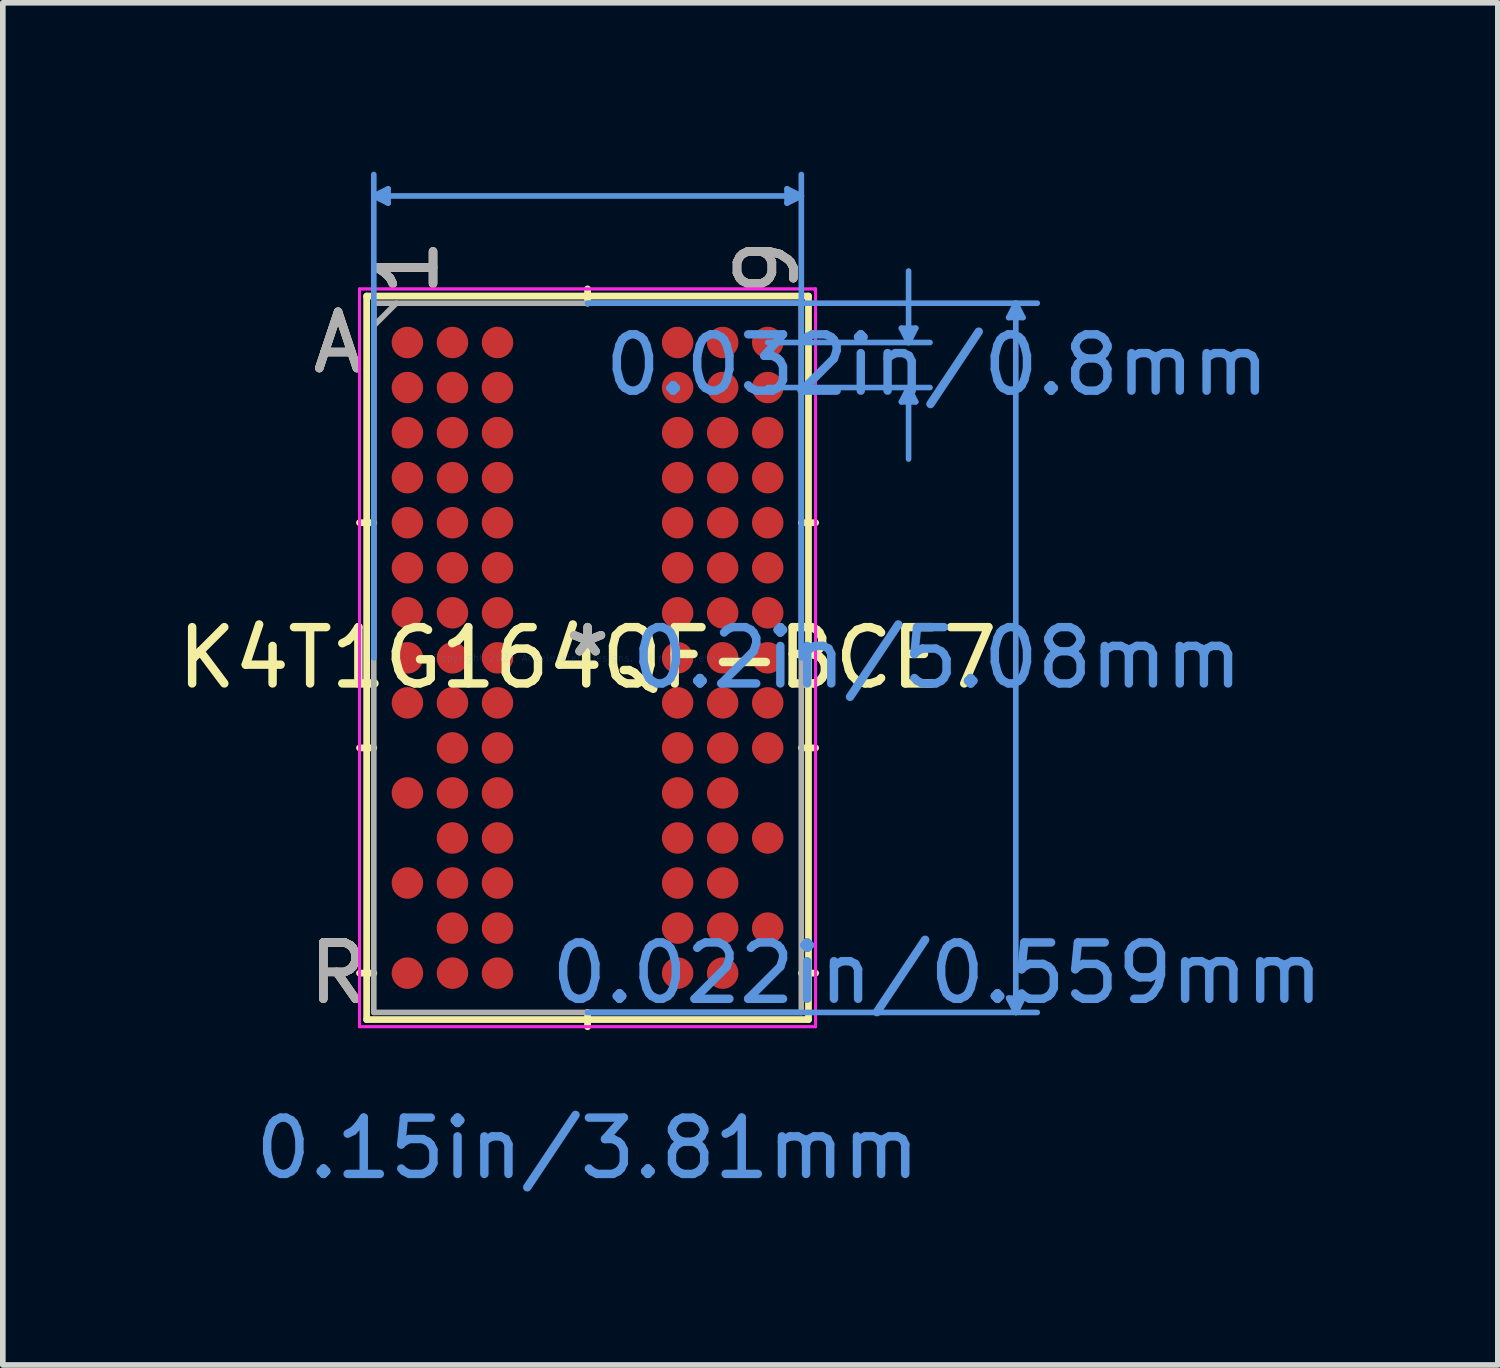
<source format=kicad_pcb>
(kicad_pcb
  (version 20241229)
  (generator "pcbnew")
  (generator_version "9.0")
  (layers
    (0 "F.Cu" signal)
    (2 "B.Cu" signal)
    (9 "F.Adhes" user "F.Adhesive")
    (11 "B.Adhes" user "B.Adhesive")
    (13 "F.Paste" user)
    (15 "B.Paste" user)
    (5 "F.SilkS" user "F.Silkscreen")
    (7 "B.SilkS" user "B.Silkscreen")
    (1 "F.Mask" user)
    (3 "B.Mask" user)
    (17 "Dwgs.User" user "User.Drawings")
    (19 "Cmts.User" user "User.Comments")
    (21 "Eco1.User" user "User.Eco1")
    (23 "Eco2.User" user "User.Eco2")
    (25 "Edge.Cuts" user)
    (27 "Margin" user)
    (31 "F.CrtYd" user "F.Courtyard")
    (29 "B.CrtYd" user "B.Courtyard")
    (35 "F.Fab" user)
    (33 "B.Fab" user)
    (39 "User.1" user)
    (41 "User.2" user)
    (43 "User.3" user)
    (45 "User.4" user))
  (footprint "K4T1G164QF-BCE7"
    (layer "F.Cu")
    (at 7.387 8.635)
    (property "Reference" "K4T1G164QF-BCE7" (at 0 0 0) (layer "F.SilkS") (effects (font (size 1 1) (thickness 0.15))))
    (attr through_hole)
    (fp_line (start -3.924 -6.426) (end -3.924 6.426) (stroke (width 0.12) (type solid)) (layer "F.SilkS"))
    (fp_line (start -3.924 6.426) (end 3.924 6.426) (stroke (width 0.12) (type solid)) (layer "F.SilkS"))
    (fp_line (start -3.797 -2.4) (end -4.051 -2.4) (stroke (width 0.12) (type solid)) (layer "F.SilkS"))
    (fp_line (start -3.797 1.6) (end -4.051 1.6) (stroke (width 0.12) (type solid)) (layer "F.SilkS"))
    (fp_line (start -3.797 5.601) (end -4.051 5.601) (stroke (width 0.12) (type solid)) (layer "F.SilkS"))
    (fp_line (start 0 -6.299) (end 0 -6.553) (stroke (width 0.12) (type solid)) (layer "F.SilkS"))
    (fp_line (start 0 6.299) (end 0 6.553) (stroke (width 0.12) (type solid)) (layer "F.SilkS"))
    (fp_line (start 3.797 -2.4) (end 4.051 -2.4) (stroke (width 0.12) (type solid)) (layer "F.SilkS"))
    (fp_line (start 3.797 1.6) (end 4.051 1.6) (stroke (width 0.12) (type solid)) (layer "F.SilkS"))
    (fp_line (start 3.797 5.601) (end 4.051 5.601) (stroke (width 0.12) (type solid)) (layer "F.SilkS"))
    (fp_line (start 3.924 -6.426) (end -3.924 -6.426) (stroke (width 0.12) (type solid)) (layer "F.SilkS"))
    (fp_line (start 3.924 6.426) (end 3.924 -6.426) (stroke (width 0.12) (type solid)) (layer "F.SilkS"))
    (fp_line (start -3.797 -8.204) (end -3.543 -8.331) (stroke (width 0.1) (type solid)) (layer "Cmts.User"))
    (fp_line (start -3.797 -8.204) (end -3.543 -8.077) (stroke (width 0.1) (type solid)) (layer "Cmts.User"))
    (fp_line (start -3.797 -8.204) (end 3.797 -8.204) (stroke (width 0.1) (type solid)) (layer "Cmts.User"))
    (fp_line (start -3.797 0) (end -3.797 -8.585) (stroke (width 0.1) (type solid)) (layer "Cmts.User"))
    (fp_line (start -3.543 -8.331) (end -3.543 -8.077) (stroke (width 0.1) (type solid)) (layer "Cmts.User"))
    (fp_line (start 0 -6.299) (end 7.988 -6.299) (stroke (width 0.1) (type solid)) (layer "Cmts.User"))
    (fp_line (start 0 6.299) (end 7.988 6.299) (stroke (width 0.1) (type solid)) (layer "Cmts.User"))
    (fp_line (start 3.2 -5.601) (end 6.083 -5.601) (stroke (width 0.1) (type solid)) (layer "Cmts.User"))
    (fp_line (start 3.2 -4.801) (end 6.083 -4.801) (stroke (width 0.1) (type solid)) (layer "Cmts.User"))
    (fp_line (start 3.543 -8.331) (end 3.543 -8.077) (stroke (width 0.1) (type solid)) (layer "Cmts.User"))
    (fp_line (start 3.797 -8.204) (end 3.543 -8.331) (stroke (width 0.1) (type solid)) (layer "Cmts.User"))
    (fp_line (start 3.797 -8.204) (end 3.543 -8.077) (stroke (width 0.1) (type solid)) (layer "Cmts.User"))
    (fp_line (start 3.797 0) (end 3.797 -8.585) (stroke (width 0.1) (type solid)) (layer "Cmts.User"))
    (fp_line (start 5.575 -5.855) (end 5.829 -5.855) (stroke (width 0.1) (type solid)) (layer "Cmts.User"))
    (fp_line (start 5.575 -4.547) (end 5.829 -4.547) (stroke (width 0.1) (type solid)) (layer "Cmts.User"))
    (fp_line (start 5.702 -5.601) (end 5.575 -5.855) (stroke (width 0.1) (type solid)) (layer "Cmts.User"))
    (fp_line (start 5.702 -5.601) (end 5.702 -6.871) (stroke (width 0.1) (type solid)) (layer "Cmts.User"))
    (fp_line (start 5.702 -5.601) (end 5.829 -5.855) (stroke (width 0.1) (type solid)) (layer "Cmts.User"))
    (fp_line (start 5.702 -4.801) (end 5.575 -4.547) (stroke (width 0.1) (type solid)) (layer "Cmts.User"))
    (fp_line (start 5.702 -4.801) (end 5.702 -3.531) (stroke (width 0.1) (type solid)) (layer "Cmts.User"))
    (fp_line (start 5.702 -4.801) (end 5.829 -4.547) (stroke (width 0.1) (type solid)) (layer "Cmts.User"))
    (fp_line (start 7.48 -6.045) (end 7.734 -6.045) (stroke (width 0.1) (type solid)) (layer "Cmts.User"))
    (fp_line (start 7.48 6.045) (end 7.734 6.045) (stroke (width 0.1) (type solid)) (layer "Cmts.User"))
    (fp_line (start 7.607 -6.299) (end 7.48 -6.045) (stroke (width 0.1) (type solid)) (layer "Cmts.User"))
    (fp_line (start 7.607 -6.299) (end 7.607 6.299) (stroke (width 0.1) (type solid)) (layer "Cmts.User"))
    (fp_line (start 7.607 -6.299) (end 7.734 -6.045) (stroke (width 0.1) (type solid)) (layer "Cmts.User"))
    (fp_line (start 7.607 6.299) (end 7.48 6.045) (stroke (width 0.1) (type solid)) (layer "Cmts.User"))
    (fp_line (start 7.607 6.299) (end 7.734 6.045) (stroke (width 0.1) (type solid)) (layer "Cmts.User"))
    (fp_line (start -4.051 -6.553) (end 4.051 -6.553) (stroke (width 0.05) (type solid)) (layer "F.CrtYd"))
    (fp_line (start -4.051 -6.553) (end 4.051 -6.553) (stroke (width 0.05) (type solid)) (layer "F.CrtYd"))
    (fp_line (start -4.051 6.553) (end -4.051 -6.553) (stroke (width 0.05) (type solid)) (layer "F.CrtYd"))
    (fp_line (start -4.051 6.553) (end -4.051 -6.553) (stroke (width 0.05) (type solid)) (layer "F.CrtYd"))
    (fp_line (start 4.051 -6.553) (end 4.051 6.553) (stroke (width 0.05) (type solid)) (layer "F.CrtYd"))
    (fp_line (start 4.051 -6.553) (end 4.051 6.553) (stroke (width 0.05) (type solid)) (layer "F.CrtYd"))
    (fp_line (start 4.051 6.553) (end -4.051 6.553) (stroke (width 0.05) (type solid)) (layer "F.CrtYd"))
    (fp_line (start 4.051 6.553) (end -4.051 6.553) (stroke (width 0.05) (type solid)) (layer "F.CrtYd"))
    (fp_line (start -3.797 -6.299) (end -3.797 6.299) (stroke (width 0.1) (type solid)) (layer "F.Fab"))
    (fp_line (start -3.797 6.299) (end 3.797 6.299) (stroke (width 0.1) (type solid)) (layer "F.Fab"))
    (fp_line (start -3.397 -6.299) (end -3.797 -5.899) (stroke (width 0.1) (type solid)) (layer "F.Fab"))
    (fp_line (start 3.797 -6.299) (end -3.797 -6.299) (stroke (width 0.1) (type solid)) (layer "F.Fab"))
    (fp_line (start 3.797 6.299) (end 3.797 -6.299) (stroke (width 0.1) (type solid)) (layer "F.Fab"))
    (fp_text user "9" (at 3.2 -6.934 90) (layer "F.SilkS") (effects (font (size 1 1) (thickness 0.15))))
    (fp_text user "A" (at -4.432 -5.601 0) (layer "F.SilkS") (effects (font (size 1 1) (thickness 0.15))))
    (fp_text user "*" (at 0 0 0) (layer "F.SilkS") (effects (font (size 1 1) (thickness 0.15))))
    (fp_text user "R" (at -4.432 5.601 0) (layer "F.SilkS") (effects (font (size 1 1) (thickness 0.15))))
    (fp_text user "1" (at -3.2 -6.934 90) (layer "F.SilkS") (effects (font (size 1 1) (thickness 0.15))))
    (fp_text user "A" (at -4.432 -5.601 0) (layer "B.SilkS") (effects (font (size 1 1) (thickness 0.15))))
    (fp_text user "9" (at 3.2 -6.934 90) (layer "B.SilkS") (effects (font (size 1 1) (thickness 0.15))))
    (fp_text user "1" (at -3.2 -6.934 90) (layer "B.SilkS") (effects (font (size 1 1) (thickness 0.15))))
    (fp_text user "R" (at -4.432 5.601 0) (layer "B.SilkS") (effects (font (size 1 1) (thickness 0.15))))
    (fp_text user "0.022in/0.559mm" (at 6.21 5.601 0) (layer "Cmts.User") (effects (font (size 1 1) (thickness 0.15))))
    (fp_text user "0.15in/3.81mm" (at 0 8.712 0) (layer "Cmts.User") (effects (font (size 1 1) (thickness 0.15))))
    (fp_text user "0.2in/5.08mm" (at 6.21 0 0) (layer "Cmts.User") (effects (font (size 1 1) (thickness 0.15))))
    (fp_text user "Copyright 2021 Accelerated Designs. All rights reserved." (at 0 0 0) (layer "Cmts.User") (effects (font (size 0.127 0.127) (thickness 0.002))))
    (fp_text user "0.032in/0.8mm" (at 6.21 -5.201 0) (layer "Cmts.User") (effects (font (size 1 1) (thickness 0.15))))
    (fp_text user "A" (at -4.432 -5.601 0) (layer "F.Fab") (effects (font (size 1 1) (thickness 0.15))))
    (fp_text user "1" (at -3.2 -6.934 90) (layer "F.Fab") (effects (font (size 1 1) (thickness 0.15))))
    (fp_text user "9" (at 3.2 -6.934 90) (layer "F.Fab") (effects (font (size 1 1) (thickness 0.15))))
    (fp_text user "*" (at 0 0 0) (layer "F.Fab") (effects (font (size 1 1) (thickness 0.15))))
    (fp_text user "R" (at -4.432 5.601 0) (layer "F.Fab") (effects (font (size 1 1) (thickness 0.15))))
    (pad "A1" smd circle (at -3.2 -5.601) (size 0.559 0.559) (layers "F.Cu" "F.Mask" "F.Paste"))
    (pad "A2" smd circle (at -2.4 -5.601) (size 0.559 0.559) (layers "F.Cu" "F.Mask" "F.Paste"))
    (pad "A3" smd circle (at -1.6 -5.601) (size 0.559 0.559) (layers "F.Cu" "F.Mask" "F.Paste"))
    (pad "A7" smd circle (at 1.6 -5.601) (size 0.559 0.559) (layers "F.Cu" "F.Mask" "F.Paste"))
    (pad "A8" smd circle (at 2.4 -5.601) (size 0.559 0.559) (layers "F.Cu" "F.Mask" "F.Paste"))
    (pad "A9" smd circle (at 3.2 -5.601) (size 0.559 0.559) (layers "F.Cu" "F.Mask" "F.Paste"))
    (pad "B1" smd circle (at -3.2 -4.801) (size 0.559 0.559) (layers "F.Cu" "F.Mask" "F.Paste"))
    (pad "B2" smd circle (at -2.4 -4.801) (size 0.559 0.559) (layers "F.Cu" "F.Mask" "F.Paste"))
    (pad "B3" smd circle (at -1.6 -4.801) (size 0.559 0.559) (layers "F.Cu" "F.Mask" "F.Paste"))
    (pad "B7" smd circle (at 1.6 -4.801) (size 0.559 0.559) (layers "F.Cu" "F.Mask" "F.Paste"))
    (pad "B8" smd circle (at 2.4 -4.801) (size 0.559 0.559) (layers "F.Cu" "F.Mask" "F.Paste"))
    (pad "B9" smd circle (at 3.2 -4.801) (size 0.559 0.559) (layers "F.Cu" "F.Mask" "F.Paste"))
    (pad "C1" smd circle (at -3.2 -4) (size 0.559 0.559) (layers "F.Cu" "F.Mask" "F.Paste"))
    (pad "C2" smd circle (at -2.4 -4) (size 0.559 0.559) (layers "F.Cu" "F.Mask" "F.Paste"))
    (pad "C3" smd circle (at -1.6 -4) (size 0.559 0.559) (layers "F.Cu" "F.Mask" "F.Paste"))
    (pad "C7" smd circle (at 1.6 -4) (size 0.559 0.559) (layers "F.Cu" "F.Mask" "F.Paste"))
    (pad "C8" smd circle (at 2.4 -4) (size 0.559 0.559) (layers "F.Cu" "F.Mask" "F.Paste"))
    (pad "C9" smd circle (at 3.2 -4) (size 0.559 0.559) (layers "F.Cu" "F.Mask" "F.Paste"))
    (pad "D1" smd circle (at -3.2 -3.2) (size 0.559 0.559) (layers "F.Cu" "F.Mask" "F.Paste"))
    (pad "D2" smd circle (at -2.4 -3.2) (size 0.559 0.559) (layers "F.Cu" "F.Mask" "F.Paste"))
    (pad "D3" smd circle (at -1.6 -3.2) (size 0.559 0.559) (layers "F.Cu" "F.Mask" "F.Paste"))
    (pad "D7" smd circle (at 1.6 -3.2) (size 0.559 0.559) (layers "F.Cu" "F.Mask" "F.Paste"))
    (pad "D8" smd circle (at 2.4 -3.2) (size 0.559 0.559) (layers "F.Cu" "F.Mask" "F.Paste"))
    (pad "D9" smd circle (at 3.2 -3.2) (size 0.559 0.559) (layers "F.Cu" "F.Mask" "F.Paste"))
    (pad "E1" smd circle (at -3.2 -2.4) (size 0.559 0.559) (layers "F.Cu" "F.Mask" "F.Paste"))
    (pad "E2" smd circle (at -2.4 -2.4) (size 0.559 0.559) (layers "F.Cu" "F.Mask" "F.Paste"))
    (pad "E3" smd circle (at -1.6 -2.4) (size 0.559 0.559) (layers "F.Cu" "F.Mask" "F.Paste"))
    (pad "E7" smd circle (at 1.6 -2.4) (size 0.559 0.559) (layers "F.Cu" "F.Mask" "F.Paste"))
    (pad "E8" smd circle (at 2.4 -2.4) (size 0.559 0.559) (layers "F.Cu" "F.Mask" "F.Paste"))
    (pad "E9" smd circle (at 3.2 -2.4) (size 0.559 0.559) (layers "F.Cu" "F.Mask" "F.Paste"))
    (pad "F1" smd circle (at -3.2 -1.6) (size 0.559 0.559) (layers "F.Cu" "F.Mask" "F.Paste"))
    (pad "F2" smd circle (at -2.4 -1.6) (size 0.559 0.559) (layers "F.Cu" "F.Mask" "F.Paste"))
    (pad "F3" smd circle (at -1.6 -1.6) (size 0.559 0.559) (layers "F.Cu" "F.Mask" "F.Paste"))
    (pad "F7" smd circle (at 1.6 -1.6) (size 0.559 0.559) (layers "F.Cu" "F.Mask" "F.Paste"))
    (pad "F8" smd circle (at 2.4 -1.6) (size 0.559 0.559) (layers "F.Cu" "F.Mask" "F.Paste"))
    (pad "F9" smd circle (at 3.2 -1.6) (size 0.559 0.559) (layers "F.Cu" "F.Mask" "F.Paste"))
    (pad "G1" smd circle (at -3.2 -0.8) (size 0.559 0.559) (layers "F.Cu" "F.Mask" "F.Paste"))
    (pad "G2" smd circle (at -2.4 -0.8) (size 0.559 0.559) (layers "F.Cu" "F.Mask" "F.Paste"))
    (pad "G3" smd circle (at -1.6 -0.8) (size 0.559 0.559) (layers "F.Cu" "F.Mask" "F.Paste"))
    (pad "G7" smd circle (at 1.6 -0.8) (size 0.559 0.559) (layers "F.Cu" "F.Mask" "F.Paste"))
    (pad "G8" smd circle (at 2.4 -0.8) (size 0.559 0.559) (layers "F.Cu" "F.Mask" "F.Paste"))
    (pad "G9" smd circle (at 3.2 -0.8) (size 0.559 0.559) (layers "F.Cu" "F.Mask" "F.Paste"))
    (pad "H1" smd circle (at -3.2 0) (size 0.559 0.559) (layers "F.Cu" "F.Mask" "F.Paste"))
    (pad "H2" smd circle (at -2.4 0) (size 0.559 0.559) (layers "F.Cu" "F.Mask" "F.Paste"))
    (pad "H3" smd circle (at -1.6 0) (size 0.559 0.559) (layers "F.Cu" "F.Mask" "F.Paste"))
    (pad "H7" smd circle (at 1.6 0) (size 0.559 0.559) (layers "F.Cu" "F.Mask" "F.Paste"))
    (pad "H8" smd circle (at 2.4 0) (size 0.559 0.559) (layers "F.Cu" "F.Mask" "F.Paste"))
    (pad "H9" smd circle (at 3.2 0) (size 0.559 0.559) (layers "F.Cu" "F.Mask" "F.Paste"))
    (pad "J1" smd circle (at -3.2 0.8) (size 0.559 0.559) (layers "F.Cu" "F.Mask" "F.Paste"))
    (pad "J2" smd circle (at -2.4 0.8) (size 0.559 0.559) (layers "F.Cu" "F.Mask" "F.Paste"))
    (pad "J3" smd circle (at -1.6 0.8) (size 0.559 0.559) (layers "F.Cu" "F.Mask" "F.Paste"))
    (pad "J7" smd circle (at 1.6 0.8) (size 0.559 0.559) (layers "F.Cu" "F.Mask" "F.Paste"))
    (pad "J8" smd circle (at 2.4 0.8) (size 0.559 0.559) (layers "F.Cu" "F.Mask" "F.Paste"))
    (pad "J9" smd circle (at 3.2 0.8) (size 0.559 0.559) (layers "F.Cu" "F.Mask" "F.Paste"))
    (pad "K2" smd circle (at -2.4 1.6) (size 0.559 0.559) (layers "F.Cu" "F.Mask" "F.Paste"))
    (pad "K3" smd circle (at -1.6 1.6) (size 0.559 0.559) (layers "F.Cu" "F.Mask" "F.Paste"))
    (pad "K7" smd circle (at 1.6 1.6) (size 0.559 0.559) (layers "F.Cu" "F.Mask" "F.Paste"))
    (pad "K8" smd circle (at 2.4 1.6) (size 0.559 0.559) (layers "F.Cu" "F.Mask" "F.Paste"))
    (pad "K9" smd circle (at 3.2 1.6) (size 0.559 0.559) (layers "F.Cu" "F.Mask" "F.Paste"))
    (pad "L1" smd circle (at -3.2 2.4) (size 0.559 0.559) (layers "F.Cu" "F.Mask" "F.Paste"))
    (pad "L2" smd circle (at -2.4 2.4) (size 0.559 0.559) (layers "F.Cu" "F.Mask" "F.Paste"))
    (pad "L3" smd circle (at -1.6 2.4) (size 0.559 0.559) (layers "F.Cu" "F.Mask" "F.Paste"))
    (pad "L7" smd circle (at 1.6 2.4) (size 0.559 0.559) (layers "F.Cu" "F.Mask" "F.Paste"))
    (pad "L8" smd circle (at 2.4 2.4) (size 0.559 0.559) (layers "F.Cu" "F.Mask" "F.Paste"))
    (pad "M2" smd circle (at -2.4 3.2) (size 0.559 0.559) (layers "F.Cu" "F.Mask" "F.Paste"))
    (pad "M3" smd circle (at -1.6 3.2) (size 0.559 0.559) (layers "F.Cu" "F.Mask" "F.Paste"))
    (pad "M7" smd circle (at 1.6 3.2) (size 0.559 0.559) (layers "F.Cu" "F.Mask" "F.Paste"))
    (pad "M8" smd circle (at 2.4 3.2) (size 0.559 0.559) (layers "F.Cu" "F.Mask" "F.Paste"))
    (pad "M9" smd circle (at 3.2 3.2) (size 0.559 0.559) (layers "F.Cu" "F.Mask" "F.Paste"))
    (pad "N1" smd circle (at -3.2 4) (size 0.559 0.559) (layers "F.Cu" "F.Mask" "F.Paste"))
    (pad "N2" smd circle (at -2.4 4) (size 0.559 0.559) (layers "F.Cu" "F.Mask" "F.Paste"))
    (pad "N3" smd circle (at -1.6 4) (size 0.559 0.559) (layers "F.Cu" "F.Mask" "F.Paste"))
    (pad "N7" smd circle (at 1.6 4) (size 0.559 0.559) (layers "F.Cu" "F.Mask" "F.Paste"))
    (pad "N8" smd circle (at 2.4 4) (size 0.559 0.559) (layers "F.Cu" "F.Mask" "F.Paste"))
    (pad "P2" smd circle (at -2.4 4.801) (size 0.559 0.559) (layers "F.Cu" "F.Mask" "F.Paste"))
    (pad "P3" smd circle (at -1.6 4.801) (size 0.559 0.559) (layers "F.Cu" "F.Mask" "F.Paste"))
    (pad "P7" smd circle (at 1.6 4.801) (size 0.559 0.559) (layers "F.Cu" "F.Mask" "F.Paste"))
    (pad "P8" smd circle (at 2.4 4.801) (size 0.559 0.559) (layers "F.Cu" "F.Mask" "F.Paste"))
    (pad "P9" smd circle (at 3.2 4.801) (size 0.559 0.559) (layers "F.Cu" "F.Mask" "F.Paste"))
    (pad "R1" smd circle (at -3.2 5.601) (size 0.559 0.559) (layers "F.Cu" "F.Mask" "F.Paste"))
    (pad "R2" smd circle (at -2.4 5.601) (size 0.559 0.559) (layers "F.Cu" "F.Mask" "F.Paste"))
    (pad "R3" smd circle (at -1.6 5.601) (size 0.559 0.559) (layers "F.Cu" "F.Mask" "F.Paste"))
    (pad "R7" smd circle (at 1.6 5.601) (size 0.559 0.559) (layers "F.Cu" "F.Mask" "F.Paste"))
    (pad "R8" smd circle (at 2.4 5.601) (size 0.559 0.559) (layers "F.Cu" "F.Mask" "F.Paste")))
  (gr_rect
    (start -3 -3)
    (end 23.556 21.196)
    (stroke (width 0.1) (type default))
    (fill no)
    (layer "Edge.Cuts")))
</source>
